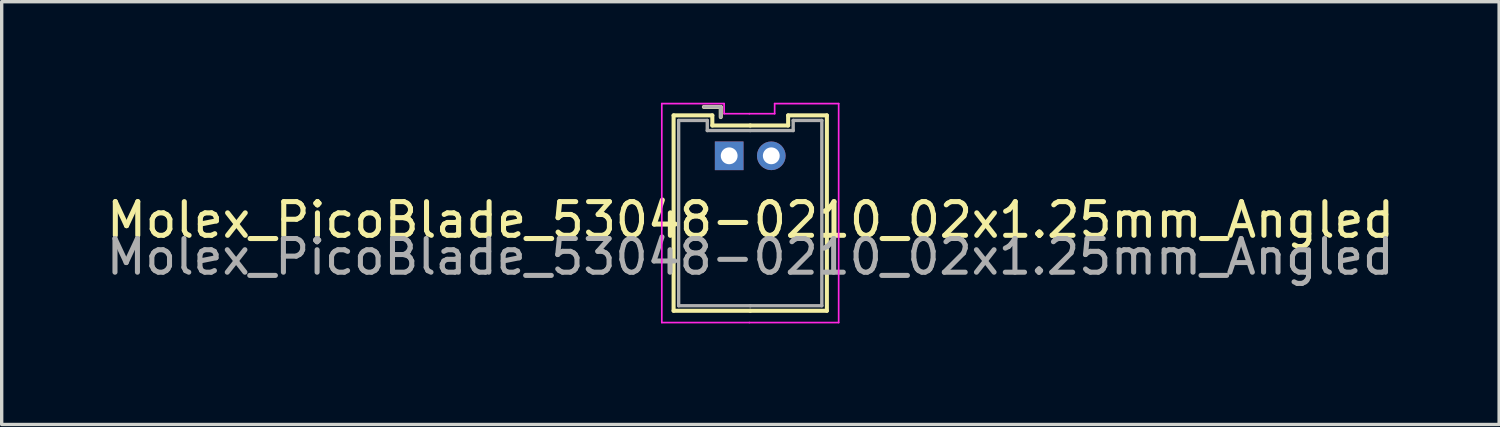
<source format=kicad_pcb>
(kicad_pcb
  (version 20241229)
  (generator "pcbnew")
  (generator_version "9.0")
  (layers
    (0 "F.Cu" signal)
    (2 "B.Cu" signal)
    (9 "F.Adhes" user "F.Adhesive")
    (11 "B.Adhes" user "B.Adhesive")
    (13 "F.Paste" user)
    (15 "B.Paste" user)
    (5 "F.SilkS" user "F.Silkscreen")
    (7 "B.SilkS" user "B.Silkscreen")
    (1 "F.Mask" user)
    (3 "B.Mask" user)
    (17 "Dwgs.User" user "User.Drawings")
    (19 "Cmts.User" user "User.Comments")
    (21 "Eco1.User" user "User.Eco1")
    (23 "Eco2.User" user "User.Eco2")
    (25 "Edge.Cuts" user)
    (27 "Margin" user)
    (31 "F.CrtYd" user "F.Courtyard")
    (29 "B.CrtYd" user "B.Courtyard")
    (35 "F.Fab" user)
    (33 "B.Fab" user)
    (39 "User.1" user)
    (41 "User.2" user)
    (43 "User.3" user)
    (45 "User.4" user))
  (footprint "Molex_PicoBlade_53048-0210_02x1.25mm_Angled"
    (layer "F.Cu")
    (at 18.595 1.575)
    (property "Reference" "Molex_PicoBlade_53048-0210_02x1.25mm_Angled" (at 0.635 1.905 0) (layer "F.SilkS") (effects (font (size 1 1) (thickness 0.15))))
    (attr through_hole)
    (fp_line (start -1.65 -1.2) (end -1.65 4.6) (stroke (width 0.12) (type solid)) (layer "F.SilkS"))
    (fp_line (start -1.65 4.6) (end 0.625 4.6) (stroke (width 0.12) (type solid)) (layer "F.SilkS"))
    (fp_line (start -0.5 -1.2) (end -1.65 -1.2) (stroke (width 0.12) (type solid)) (layer "F.SilkS"))
    (fp_line (start -0.5 -0.9) (end -0.5 -1.2) (stroke (width 0.12) (type solid)) (layer "F.SilkS"))
    (fp_line (start -0.25 -1.45) (end -0.75 -1.45) (stroke (width 0.12) (type solid)) (layer "F.SilkS"))
    (fp_line (start -0.25 -1.15) (end -0.25 -1.45) (stroke (width 0.12) (type solid)) (layer "F.SilkS"))
    (fp_line (start 0.625 -0.9) (end -0.5 -0.9) (stroke (width 0.12) (type solid)) (layer "F.SilkS"))
    (fp_line (start 0.625 -0.9) (end 1.75 -0.9) (stroke (width 0.12) (type solid)) (layer "F.SilkS"))
    (fp_line (start 1.75 -1.2) (end 2.9 -1.2) (stroke (width 0.12) (type solid)) (layer "F.SilkS"))
    (fp_line (start 1.75 -0.9) (end 1.75 -1.2) (stroke (width 0.12) (type solid)) (layer "F.SilkS"))
    (fp_line (start 2.9 -1.2) (end 2.9 4.6) (stroke (width 0.12) (type solid)) (layer "F.SilkS"))
    (fp_line (start 2.9 4.6) (end 0.625 4.6) (stroke (width 0.12) (type solid)) (layer "F.SilkS"))
    (fp_line (start -2 -1.55) (end -2 4.95) (stroke (width 0.05) (type solid)) (layer "F.CrtYd"))
    (fp_line (start -2 4.95) (end 0.6 4.95) (stroke (width 0.05) (type solid)) (layer "F.CrtYd"))
    (fp_line (start -0.15 -1.55) (end -2 -1.55) (stroke (width 0.05) (type solid)) (layer "F.CrtYd"))
    (fp_line (start -0.15 -1.25) (end -0.15 -1.55) (stroke (width 0.05) (type solid)) (layer "F.CrtYd"))
    (fp_line (start 0.6 -1.25) (end -0.15 -1.25) (stroke (width 0.05) (type solid)) (layer "F.CrtYd"))
    (fp_line (start 0.6 -1.25) (end 1.35 -1.25) (stroke (width 0.05) (type solid)) (layer "F.CrtYd"))
    (fp_line (start 1.35 -1.55) (end 3.25 -1.55) (stroke (width 0.05) (type solid)) (layer "F.CrtYd"))
    (fp_line (start 1.35 -1.25) (end 1.35 -1.55) (stroke (width 0.05) (type solid)) (layer "F.CrtYd"))
    (fp_line (start 3.25 -1.55) (end 3.25 4.95) (stroke (width 0.05) (type solid)) (layer "F.CrtYd"))
    (fp_line (start 3.25 4.95) (end 0.6 4.95) (stroke (width 0.05) (type solid)) (layer "F.CrtYd"))
    (fp_line (start -1.5 -1.05) (end -1.5 4.45) (stroke (width 0.1) (type solid)) (layer "F.Fab"))
    (fp_line (start -1.5 4.45) (end 0.625 4.45) (stroke (width 0.1) (type solid)) (layer "F.Fab"))
    (fp_line (start -0.65 -1.05) (end -1.5 -1.05) (stroke (width 0.1) (type solid)) (layer "F.Fab"))
    (fp_line (start -0.65 -0.75) (end -0.65 -1.05) (stroke (width 0.1) (type solid)) (layer "F.Fab"))
    (fp_line (start -0.25 -1.45) (end -0.75 -1.45) (stroke (width 0.1) (type solid)) (layer "F.Fab"))
    (fp_line (start -0.25 -1.15) (end -0.25 -1.45) (stroke (width 0.1) (type solid)) (layer "F.Fab"))
    (fp_line (start 0.625 -0.75) (end -0.65 -0.75) (stroke (width 0.1) (type solid)) (layer "F.Fab"))
    (fp_line (start 0.625 -0.75) (end 1.9 -0.75) (stroke (width 0.1) (type solid)) (layer "F.Fab"))
    (fp_line (start 1.9 -1.05) (end 2.75 -1.05) (stroke (width 0.1) (type solid)) (layer "F.Fab"))
    (fp_line (start 1.9 -0.75) (end 1.9 -1.05) (stroke (width 0.1) (type solid)) (layer "F.Fab"))
    (fp_line (start 2.75 -1.05) (end 2.75 4.45) (stroke (width 0.1) (type solid)) (layer "F.Fab"))
    (fp_line (start 2.75 4.45) (end 0.625 4.45) (stroke (width 0.1) (type solid)) (layer "F.Fab"))
    (fp_text user "${REFERENCE}" (at 0.625 3 0) (layer "F.Fab") (effects (font (size 1 1) (thickness 0.15))))
    (pad "1" thru_hole rect (at 0 0) (size 0.85 0.85) (drill 0.5) (layers "*.Cu" "*.Mask"))
    (pad "2" thru_hole circle (at 1.25 0) (size 0.85 0.85) (drill 0.5) (layers "*.Cu" "*.Mask")))
  (gr_rect
    (start -3 -3)
    (end 41.45 9.55)
    (stroke (width 0.1) (type default))
    (fill no)
    (layer "Edge.Cuts")))
</source>
